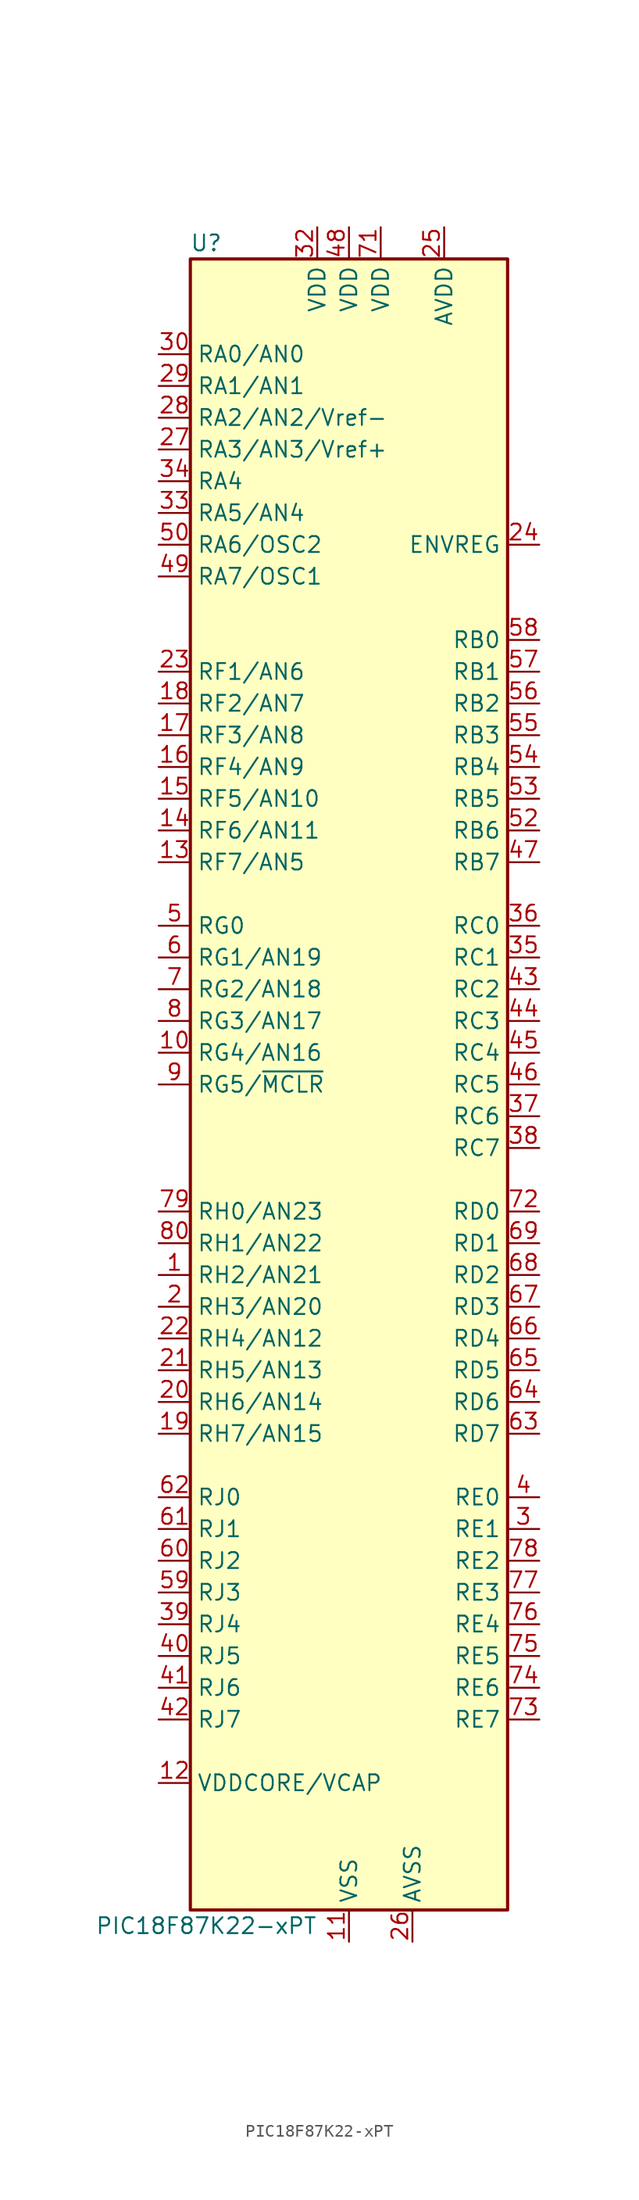
<source format=kicad_sym>
(kicad_symbol_lib
  (version 20211014)
  (generator kicad_symbol_editor)
  (symbol "PIC18F87K22-xPT"
    (property "Reference" "U"
      (at -11.43 67.31 0)
      (effects (font (size 1.27 1.27))))
    (property "Value" "PIC18F87K22-xPT"
      (at -11.43 -67.31 0)
      (effects (font (size 1.27 1.27))))
    (symbol "PIC18F87K22-xPT_0_1"
      (rectangle (start -12.7 66.04) (end 12.7 -66.04) (stroke (width 0.254) (type default) (color 0 0 0 0)) (fill (type background))))
    (symbol "PIC18F87K22-xPT_1_1"
      (pin bidirectional line (at -15.24 -15.24 0) (length 2.54) (name "RH2/AN21" (effects (font (size 1.27 1.27)))) (number "1" (effects (font (size 1.27 1.27)))))
      (pin bidirectional line (at -15.24 2.54 0) (length 2.54) (name "RG4/AN16" (effects (font (size 1.27 1.27)))) (number "10" (effects (font (size 1.27 1.27)))))
      (pin power_in line (at 0 -68.58 90) (length 2.54) (name "VSS" (effects (font (size 1.27 1.27)))) (number "11" (effects (font (size 1.27 1.27)))))
      (pin passive line (at -15.24 -55.88 0) (length 2.54) (name "VDDCORE/VCAP" (effects (font (size 1.27 1.27)))) (number "12" (effects (font (size 1.27 1.27)))))
      (pin bidirectional line (at -15.24 17.78 0) (length 2.54) (name "RF7/AN5" (effects (font (size 1.27 1.27)))) (number "13" (effects (font (size 1.27 1.27)))))
      (pin bidirectional line (at -15.24 20.32 0) (length 2.54) (name "RF6/AN11" (effects (font (size 1.27 1.27)))) (number "14" (effects (font (size 1.27 1.27)))))
      (pin bidirectional line (at -15.24 22.86 0) (length 2.54) (name "RF5/AN10" (effects (font (size 1.27 1.27)))) (number "15" (effects (font (size 1.27 1.27)))))
      (pin bidirectional line (at -15.24 25.4 0) (length 2.54) (name "RF4/AN9" (effects (font (size 1.27 1.27)))) (number "16" (effects (font (size 1.27 1.27)))))
      (pin bidirectional line (at -15.24 27.94 0) (length 2.54) (name "RF3/AN8" (effects (font (size 1.27 1.27)))) (number "17" (effects (font (size 1.27 1.27)))))
      (pin bidirectional line (at -15.24 30.48 0) (length 2.54) (name "RF2/AN7" (effects (font (size 1.27 1.27)))) (number "18" (effects (font (size 1.27 1.27)))))
      (pin bidirectional line (at -15.24 -27.94 0) (length 2.54) (name "RH7/AN15" (effects (font (size 1.27 1.27)))) (number "19" (effects (font (size 1.27 1.27)))))
      (pin bidirectional line (at -15.24 -17.78 0) (length 2.54) (name "RH3/AN20" (effects (font (size 1.27 1.27)))) (number "2" (effects (font (size 1.27 1.27)))))
      (pin bidirectional line (at -15.24 -25.4 0) (length 2.54) (name "RH6/AN14" (effects (font (size 1.27 1.27)))) (number "20" (effects (font (size 1.27 1.27)))))
      (pin bidirectional line (at -15.24 -22.86 0) (length 2.54) (name "RH5/AN13" (effects (font (size 1.27 1.27)))) (number "21" (effects (font (size 1.27 1.27)))))
      (pin bidirectional line (at -15.24 -20.32 0) (length 2.54) (name "RH4/AN12" (effects (font (size 1.27 1.27)))) (number "22" (effects (font (size 1.27 1.27)))))
      (pin bidirectional line (at -15.24 33.02 0) (length 2.54) (name "RF1/AN6" (effects (font (size 1.27 1.27)))) (number "23" (effects (font (size 1.27 1.27)))))
      (pin input line (at 15.24 43.18 180) (length 2.54) (name "ENVREG" (effects (font (size 1.27 1.27)))) (number "24" (effects (font (size 1.27 1.27)))))
      (pin power_in line (at 7.62 68.58 270) (length 2.54) (name "AVDD" (effects (font (size 1.27 1.27)))) (number "25" (effects (font (size 1.27 1.27)))))
      (pin power_in line (at 5.08 -68.58 90) (length 2.54) (name "AVSS" (effects (font (size 1.27 1.27)))) (number "26" (effects (font (size 1.27 1.27)))))
      (pin bidirectional line (at -15.24 50.8 0) (length 2.54) (name "RA3/AN3/Vref+" (effects (font (size 1.27 1.27)))) (number "27" (effects (font (size 1.27 1.27)))))
      (pin bidirectional line (at -15.24 53.34 0) (length 2.54) (name "RA2/AN2/Vref-" (effects (font (size 1.27 1.27)))) (number "28" (effects (font (size 1.27 1.27)))))
      (pin bidirectional line (at -15.24 55.88 0) (length 2.54) (name "RA1/AN1" (effects (font (size 1.27 1.27)))) (number "29" (effects (font (size 1.27 1.27)))))
      (pin bidirectional line (at 15.24 -35.56 180) (length 2.54) (name "RE1" (effects (font (size 1.27 1.27)))) (number "3" (effects (font (size 1.27 1.27)))))
      (pin bidirectional line (at -15.24 58.42 0) (length 2.54) (name "RA0/AN0" (effects (font (size 1.27 1.27)))) (number "30" (effects (font (size 1.27 1.27)))))
      (pin passive line (at 0 -68.58 90) (length 2.54) hide (name "VSS" (effects (font (size 1.27 1.27)))) (number "31" (effects (font (size 1.27 1.27)))))
      (pin power_in line (at -2.54 68.58 270) (length 2.54) (name "VDD" (effects (font (size 1.27 1.27)))) (number "32" (effects (font (size 1.27 1.27)))))
      (pin bidirectional line (at -15.24 45.72 0) (length 2.54) (name "RA5/AN4" (effects (font (size 1.27 1.27)))) (number "33" (effects (font (size 1.27 1.27)))))
      (pin bidirectional line (at -15.24 48.26 0) (length 2.54) (name "RA4" (effects (font (size 1.27 1.27)))) (number "34" (effects (font (size 1.27 1.27)))))
      (pin bidirectional line (at 15.24 10.16 180) (length 2.54) (name "RC1" (effects (font (size 1.27 1.27)))) (number "35" (effects (font (size 1.27 1.27)))))
      (pin bidirectional line (at 15.24 12.7 180) (length 2.54) (name "RC0" (effects (font (size 1.27 1.27)))) (number "36" (effects (font (size 1.27 1.27)))))
      (pin bidirectional line (at 15.24 -2.54 180) (length 2.54) (name "RC6" (effects (font (size 1.27 1.27)))) (number "37" (effects (font (size 1.27 1.27)))))
      (pin bidirectional line (at 15.24 -5.08 180) (length 2.54) (name "RC7" (effects (font (size 1.27 1.27)))) (number "38" (effects (font (size 1.27 1.27)))))
      (pin bidirectional line (at -15.24 -43.18 0) (length 2.54) (name "RJ4" (effects (font (size 1.27 1.27)))) (number "39" (effects (font (size 1.27 1.27)))))
      (pin bidirectional line (at 15.24 -33.02 180) (length 2.54) (name "RE0" (effects (font (size 1.27 1.27)))) (number "4" (effects (font (size 1.27 1.27)))))
      (pin bidirectional line (at -15.24 -45.72 0) (length 2.54) (name "RJ5" (effects (font (size 1.27 1.27)))) (number "40" (effects (font (size 1.27 1.27)))))
      (pin bidirectional line (at -15.24 -48.26 0) (length 2.54) (name "RJ6" (effects (font (size 1.27 1.27)))) (number "41" (effects (font (size 1.27 1.27)))))
      (pin bidirectional line (at -15.24 -50.8 0) (length 2.54) (name "RJ7" (effects (font (size 1.27 1.27)))) (number "42" (effects (font (size 1.27 1.27)))))
      (pin bidirectional line (at 15.24 7.62 180) (length 2.54) (name "RC2" (effects (font (size 1.27 1.27)))) (number "43" (effects (font (size 1.27 1.27)))))
      (pin bidirectional line (at 15.24 5.08 180) (length 2.54) (name "RC3" (effects (font (size 1.27 1.27)))) (number "44" (effects (font (size 1.27 1.27)))))
      (pin bidirectional line (at 15.24 2.54 180) (length 2.54) (name "RC4" (effects (font (size 1.27 1.27)))) (number "45" (effects (font (size 1.27 1.27)))))
      (pin bidirectional line (at 15.24 0 180) (length 2.54) (name "RC5" (effects (font (size 1.27 1.27)))) (number "46" (effects (font (size 1.27 1.27)))))
      (pin bidirectional line (at 15.24 17.78 180) (length 2.54) (name "RB7" (effects (font (size 1.27 1.27)))) (number "47" (effects (font (size 1.27 1.27)))))
      (pin power_in line (at 0 68.58 270) (length 2.54) (name "VDD" (effects (font (size 1.27 1.27)))) (number "48" (effects (font (size 1.27 1.27)))))
      (pin bidirectional line (at -15.24 40.64 0) (length 2.54) (name "RA7/OSC1" (effects (font (size 1.27 1.27)))) (number "49" (effects (font (size 1.27 1.27)))))
      (pin bidirectional line (at -15.24 12.7 0) (length 2.54) (name "RG0" (effects (font (size 1.27 1.27)))) (number "5" (effects (font (size 1.27 1.27)))))
      (pin bidirectional line (at -15.24 43.18 0) (length 2.54) (name "RA6/OSC2" (effects (font (size 1.27 1.27)))) (number "50" (effects (font (size 1.27 1.27)))))
      (pin passive line (at 0 -68.58 90) (length 2.54) hide (name "VSS" (effects (font (size 1.27 1.27)))) (number "51" (effects (font (size 1.27 1.27)))))
      (pin bidirectional line (at 15.24 20.32 180) (length 2.54) (name "RB6" (effects (font (size 1.27 1.27)))) (number "52" (effects (font (size 1.27 1.27)))))
      (pin bidirectional line (at 15.24 22.86 180) (length 2.54) (name "RB5" (effects (font (size 1.27 1.27)))) (number "53" (effects (font (size 1.27 1.27)))))
      (pin bidirectional line (at 15.24 25.4 180) (length 2.54) (name "RB4" (effects (font (size 1.27 1.27)))) (number "54" (effects (font (size 1.27 1.27)))))
      (pin bidirectional line (at 15.24 27.94 180) (length 2.54) (name "RB3" (effects (font (size 1.27 1.27)))) (number "55" (effects (font (size 1.27 1.27)))))
      (pin bidirectional line (at 15.24 30.48 180) (length 2.54) (name "RB2" (effects (font (size 1.27 1.27)))) (number "56" (effects (font (size 1.27 1.27)))))
      (pin bidirectional line (at 15.24 33.02 180) (length 2.54) (name "RB1" (effects (font (size 1.27 1.27)))) (number "57" (effects (font (size 1.27 1.27)))))
      (pin bidirectional line (at 15.24 35.56 180) (length 2.54) (name "RB0" (effects (font (size 1.27 1.27)))) (number "58" (effects (font (size 1.27 1.27)))))
      (pin bidirectional line (at -15.24 -40.64 0) (length 2.54) (name "RJ3" (effects (font (size 1.27 1.27)))) (number "59" (effects (font (size 1.27 1.27)))))
      (pin bidirectional line (at -15.24 10.16 0) (length 2.54) (name "RG1/AN19" (effects (font (size 1.27 1.27)))) (number "6" (effects (font (size 1.27 1.27)))))
      (pin bidirectional line (at -15.24 -38.1 0) (length 2.54) (name "RJ2" (effects (font (size 1.27 1.27)))) (number "60" (effects (font (size 1.27 1.27)))))
      (pin bidirectional line (at -15.24 -35.56 0) (length 2.54) (name "RJ1" (effects (font (size 1.27 1.27)))) (number "61" (effects (font (size 1.27 1.27)))))
      (pin bidirectional line (at -15.24 -33.02 0) (length 2.54) (name "RJ0" (effects (font (size 1.27 1.27)))) (number "62" (effects (font (size 1.27 1.27)))))
      (pin bidirectional line (at 15.24 -27.94 180) (length 2.54) (name "RD7" (effects (font (size 1.27 1.27)))) (number "63" (effects (font (size 1.27 1.27)))))
      (pin bidirectional line (at 15.24 -25.4 180) (length 2.54) (name "RD6" (effects (font (size 1.27 1.27)))) (number "64" (effects (font (size 1.27 1.27)))))
      (pin bidirectional line (at 15.24 -22.86 180) (length 2.54) (name "RD5" (effects (font (size 1.27 1.27)))) (number "65" (effects (font (size 1.27 1.27)))))
      (pin bidirectional line (at 15.24 -20.32 180) (length 2.54) (name "RD4" (effects (font (size 1.27 1.27)))) (number "66" (effects (font (size 1.27 1.27)))))
      (pin bidirectional line (at 15.24 -17.78 180) (length 2.54) (name "RD3" (effects (font (size 1.27 1.27)))) (number "67" (effects (font (size 1.27 1.27)))))
      (pin bidirectional line (at 15.24 -15.24 180) (length 2.54) (name "RD2" (effects (font (size 1.27 1.27)))) (number "68" (effects (font (size 1.27 1.27)))))
      (pin bidirectional line (at 15.24 -12.7 180) (length 2.54) (name "RD1" (effects (font (size 1.27 1.27)))) (number "69" (effects (font (size 1.27 1.27)))))
      (pin bidirectional line (at -15.24 7.62 0) (length 2.54) (name "RG2/AN18" (effects (font (size 1.27 1.27)))) (number "7" (effects (font (size 1.27 1.27)))))
      (pin passive line (at 0 -68.58 90) (length 2.54) hide (name "VSS" (effects (font (size 1.27 1.27)))) (number "70" (effects (font (size 1.27 1.27)))))
      (pin power_in line (at 2.54 68.58 270) (length 2.54) (name "VDD" (effects (font (size 1.27 1.27)))) (number "71" (effects (font (size 1.27 1.27)))))
      (pin bidirectional line (at 15.24 -10.16 180) (length 2.54) (name "RD0" (effects (font (size 1.27 1.27)))) (number "72" (effects (font (size 1.27 1.27)))))
      (pin bidirectional line (at 15.24 -50.8 180) (length 2.54) (name "RE7" (effects (font (size 1.27 1.27)))) (number "73" (effects (font (size 1.27 1.27)))))
      (pin bidirectional line (at 15.24 -48.26 180) (length 2.54) (name "RE6" (effects (font (size 1.27 1.27)))) (number "74" (effects (font (size 1.27 1.27)))))
      (pin bidirectional line (at 15.24 -45.72 180) (length 2.54) (name "RE5" (effects (font (size 1.27 1.27)))) (number "75" (effects (font (size 1.27 1.27)))))
      (pin bidirectional line (at 15.24 -43.18 180) (length 2.54) (name "RE4" (effects (font (size 1.27 1.27)))) (number "76" (effects (font (size 1.27 1.27)))))
      (pin bidirectional line (at 15.24 -40.64 180) (length 2.54) (name "RE3" (effects (font (size 1.27 1.27)))) (number "77" (effects (font (size 1.27 1.27)))))
      (pin bidirectional line (at 15.24 -38.1 180) (length 2.54) (name "RE2" (effects (font (size 1.27 1.27)))) (number "78" (effects (font (size 1.27 1.27)))))
      (pin bidirectional line (at -15.24 -10.16 0) (length 2.54) (name "RH0/AN23" (effects (font (size 1.27 1.27)))) (number "79" (effects (font (size 1.27 1.27)))))
      (pin bidirectional line (at -15.24 5.08 0) (length 2.54) (name "RG3/AN17" (effects (font (size 1.27 1.27)))) (number "8" (effects (font (size 1.27 1.27)))))
      (pin bidirectional line (at -15.24 -12.7 0) (length 2.54) (name "RH1/AN22" (effects (font (size 1.27 1.27)))) (number "80" (effects (font (size 1.27 1.27)))))
      (pin bidirectional line (at -15.24 0 0) (length 2.54) (name "RG5/~{MCLR}" (effects (font (size 1.27 1.27)))) (number "9" (effects (font (size 1.27 1.27))))))))
</source>
